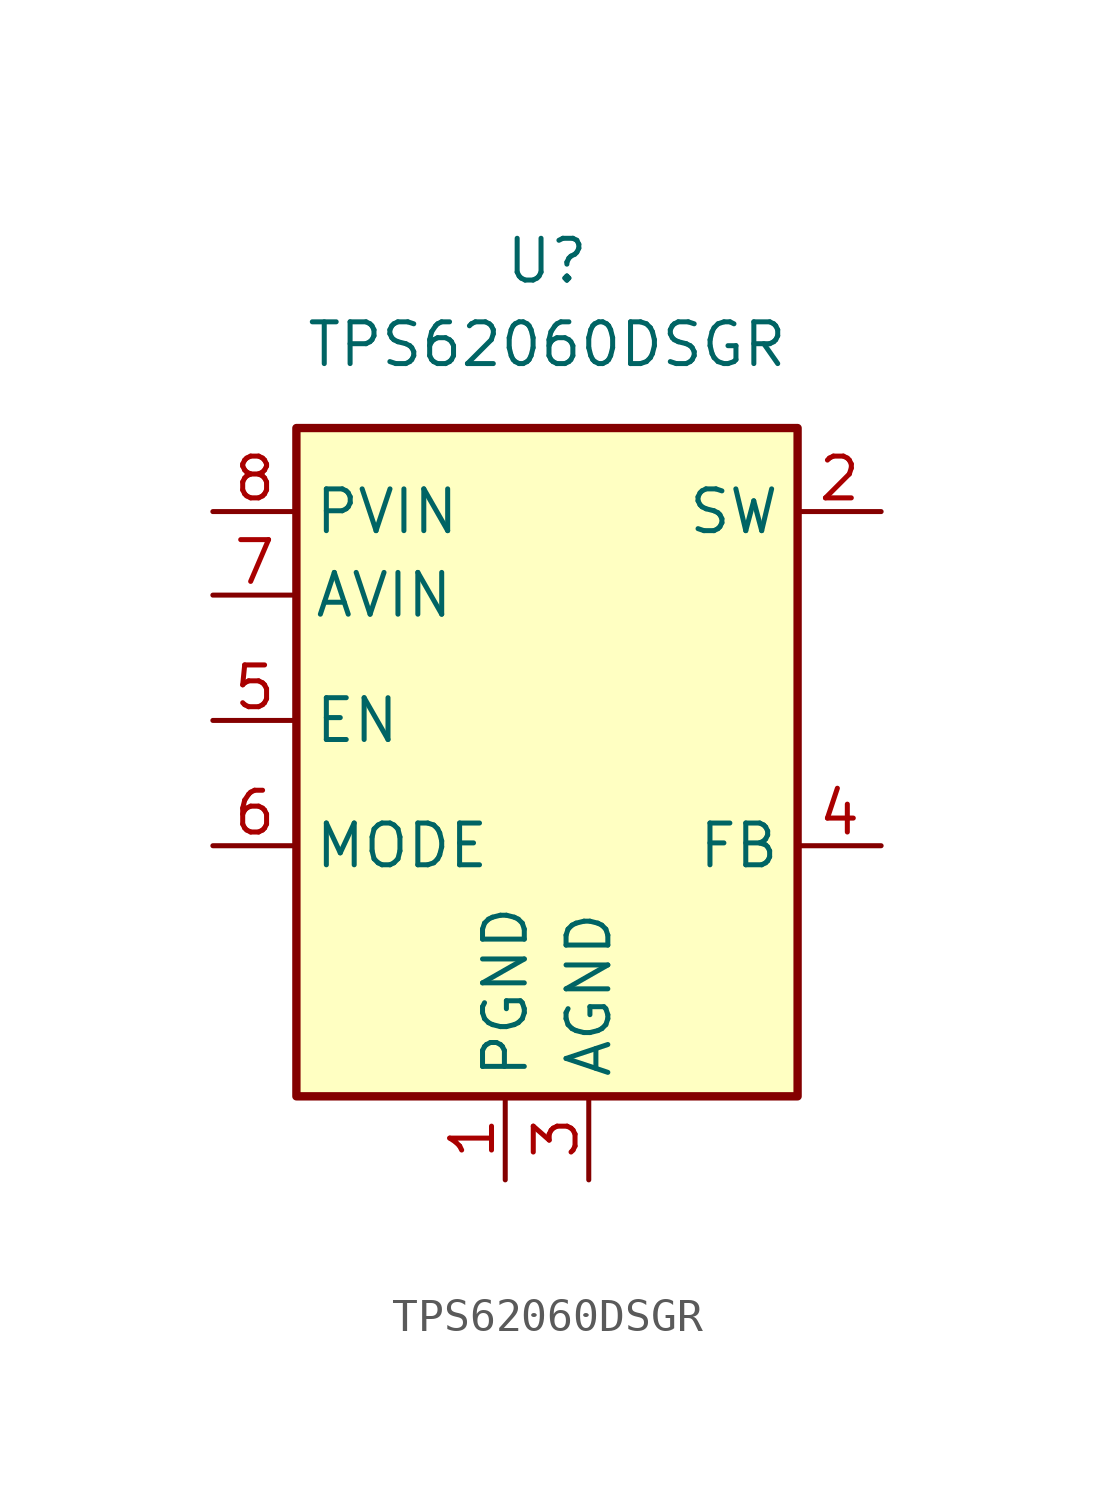
<source format=kicad_sym>
(kicad_symbol_lib
  (version 20220914)
  (generator kicad_symbol_editor)
  (symbol "TPS62060DSGR"
    (property "Reference" "U"
      (at 0 15.24 0)
      (effects (font (size 1.27 1.27))))
    (property "Value" "TPS62060DSGR"
      (at 0 12.7 0)
      (effects (font (size 1.27 1.27))))
    (symbol "TPS62060DSGR_1_1"
      (rectangle (start -7.62 10.16) (end 7.62 -10.16) (stroke (width 0.254) (type default)) (fill (type background)))
      (pin power_in line (at -1.27 -12.7 90) (length 2.54) (name "PGND" (effects (font (size 1.27 1.27)))) (number "1" (effects (font (size 1.27 1.27)))))
      (pin output line (at 10.16 7.62 180) (length 2.54) (name "SW" (effects (font (size 1.27 1.27)))) (number "2" (effects (font (size 1.27 1.27)))))
      (pin power_in line (at 1.27 -12.7 90) (length 2.54) (name "AGND" (effects (font (size 1.27 1.27)))) (number "3" (effects (font (size 1.27 1.27)))))
      (pin input line (at 10.16 -2.54 180) (length 2.54) (name "FB" (effects (font (size 1.27 1.27)))) (number "4" (effects (font (size 1.27 1.27)))))
      (pin input line (at -10.16 1.27 0) (length 2.54) (name "EN" (effects (font (size 1.27 1.27)))) (number "5" (effects (font (size 1.27 1.27)))))
      (pin input line (at -10.16 -2.54 0) (length 2.54) (name "MODE" (effects (font (size 1.27 1.27)))) (number "6" (effects (font (size 1.27 1.27)))))
      (pin power_in line (at -10.16 5.08 0) (length 2.54) (name "AVIN" (effects (font (size 1.27 1.27)))) (number "7" (effects (font (size 1.27 1.27)))))
      (pin power_in line (at -10.16 7.62 0) (length 2.54) (name "PVIN" (effects (font (size 1.27 1.27)))) (number "8" (effects (font (size 1.27 1.27))))))))
</source>
